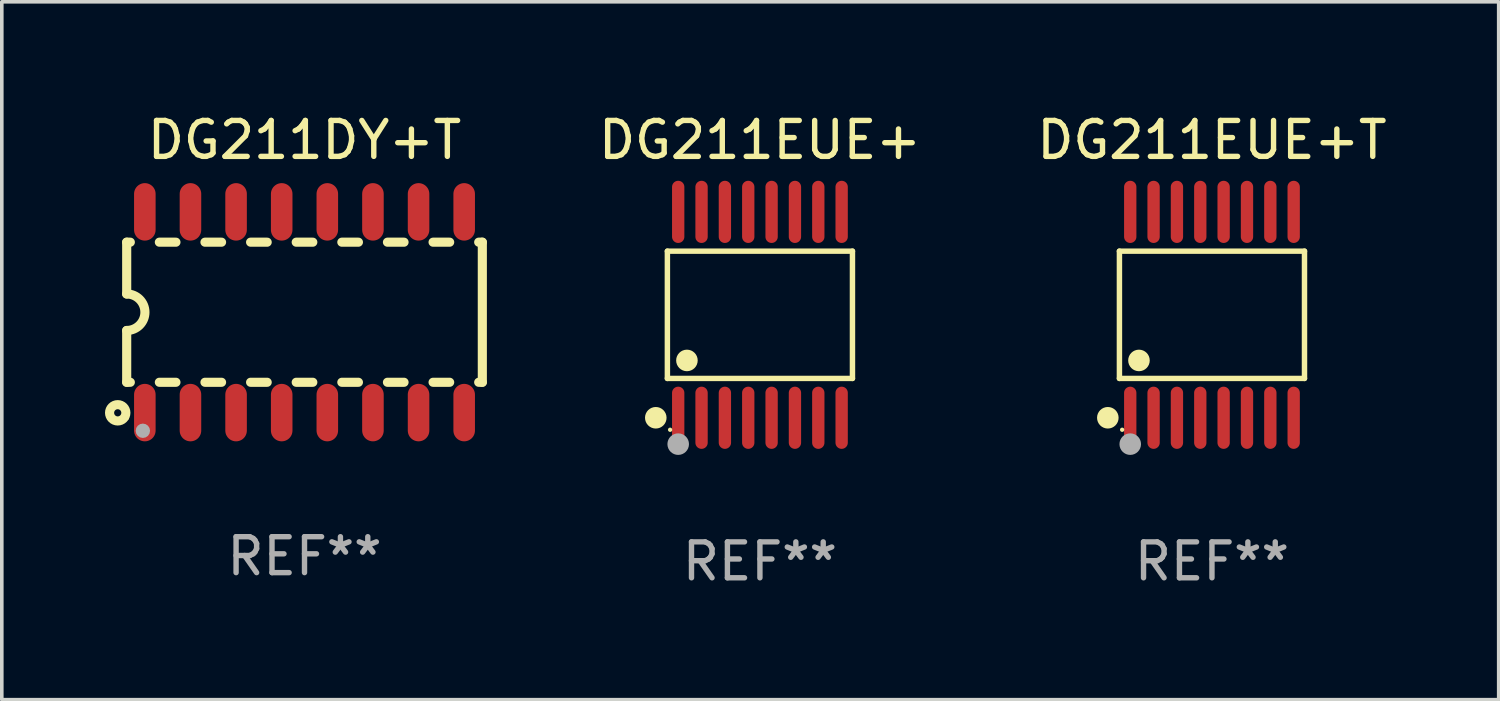
<source format=kicad_pcb>
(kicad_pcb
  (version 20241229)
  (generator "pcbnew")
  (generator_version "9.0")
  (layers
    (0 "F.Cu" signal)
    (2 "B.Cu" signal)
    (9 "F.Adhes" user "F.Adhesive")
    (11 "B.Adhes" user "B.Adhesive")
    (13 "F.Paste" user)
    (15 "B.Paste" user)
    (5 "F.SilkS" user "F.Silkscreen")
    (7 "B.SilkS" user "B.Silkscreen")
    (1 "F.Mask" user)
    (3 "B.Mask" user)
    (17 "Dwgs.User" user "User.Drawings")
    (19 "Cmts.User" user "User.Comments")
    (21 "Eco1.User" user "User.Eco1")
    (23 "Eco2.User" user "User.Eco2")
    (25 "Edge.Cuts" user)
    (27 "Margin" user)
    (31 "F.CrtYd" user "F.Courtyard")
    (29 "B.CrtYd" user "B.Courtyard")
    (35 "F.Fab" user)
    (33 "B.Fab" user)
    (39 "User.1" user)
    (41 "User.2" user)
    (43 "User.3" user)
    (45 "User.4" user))
  (footprint "DG211EUE+T"
    (layer "F.Cu")
    (at 30.689 5.714)
    (property "Reference" "DG211EUE+T" (at 0 -4.866 0) (layer "F.SilkS") (effects (font (size 1 1) (thickness 0.15))))
    (attr through_hole)
    (fp_line (start -2.576 -1.772) (end 2.576 -1.772) (stroke (width 0.152) (type solid)) (layer "F.SilkS"))
    (fp_line (start -2.576 1.771) (end -2.576 -1.772) (stroke (width 0.152) (type solid)) (layer "F.SilkS"))
    (fp_line (start 2.576 -1.772) (end 2.576 1.771) (stroke (width 0.152) (type solid)) (layer "F.SilkS"))
    (fp_line (start 2.576 1.771) (end -2.576 1.771) (stroke (width 0.152) (type solid)) (layer "F.SilkS"))
    (fp_circle (center -2.899 2.866) (end -2.749 2.866) (stroke (width 0.3) (type solid)) (fill no) (layer "F.SilkS"))
    (fp_circle (center -2.5 3.2) (end -2.47 3.2) (stroke (width 0.06) (type solid)) (fill no) (layer "F.SilkS"))
    (fp_circle (center -2.032 1.27) (end -1.882 1.27) (stroke (width 0.3) (type solid)) (fill no) (layer "F.SilkS"))
    (fp_circle (center -2.275 3.6) (end -2.125 3.6) (stroke (width 0.3) (type solid)) (fill no) (layer "F.Fab"))
    (fp_text user "REF**" (at 0 6.866 0) (layer "F.Fab") (effects (font (size 1 1) (thickness 0.15))))
    (pad "1" smd oval (at -2.275 2.866) (size 0.343 1.731) (layers "F.Cu" "F.Mask" "F.Paste"))
    (pad "2" smd oval (at -1.625 2.866) (size 0.343 1.731) (layers "F.Cu" "F.Mask" "F.Paste"))
    (pad "3" smd oval (at -0.975 2.866) (size 0.343 1.731) (layers "F.Cu" "F.Mask" "F.Paste"))
    (pad "4" smd oval (at -0.325 2.866) (size 0.343 1.731) (layers "F.Cu" "F.Mask" "F.Paste"))
    (pad "5" smd oval (at 0.325 2.866) (size 0.343 1.731) (layers "F.Cu" "F.Mask" "F.Paste"))
    (pad "6" smd oval (at 0.975 2.866) (size 0.343 1.731) (layers "F.Cu" "F.Mask" "F.Paste"))
    (pad "7" smd oval (at 1.625 2.866) (size 0.343 1.731) (layers "F.Cu" "F.Mask" "F.Paste"))
    (pad "8" smd oval (at 2.275 2.866) (size 0.343 1.731) (layers "F.Cu" "F.Mask" "F.Paste"))
    (pad "9" smd oval (at 2.275 -2.866) (size 0.343 1.731) (layers "F.Cu" "F.Mask" "F.Paste"))
    (pad "10" smd oval (at 1.625 -2.866) (size 0.343 1.731) (layers "F.Cu" "F.Mask" "F.Paste"))
    (pad "11" smd oval (at 0.975 -2.866) (size 0.343 1.731) (layers "F.Cu" "F.Mask" "F.Paste"))
    (pad "12" smd oval (at 0.325 -2.866) (size 0.343 1.731) (layers "F.Cu" "F.Mask" "F.Paste"))
    (pad "13" smd oval (at -0.325 -2.866) (size 0.343 1.731) (layers "F.Cu" "F.Mask" "F.Paste"))
    (pad "14" smd oval (at -0.975 -2.866) (size 0.343 1.731) (layers "F.Cu" "F.Mask" "F.Paste"))
    (pad "15" smd oval (at -1.625 -2.866) (size 0.343 1.731) (layers "F.Cu" "F.Mask" "F.Paste"))
    (pad "16" smd oval (at -2.275 -2.866) (size 0.343 1.731) (layers "F.Cu" "F.Mask" "F.Paste")))
  (footprint "DG211EUE+"
    (layer "F.Cu")
    (at 18.105 5.714)
    (property "Reference" "DG211EUE+" (at 0 -4.866 0) (layer "F.SilkS") (effects (font (size 1 1) (thickness 0.15))))
    (attr through_hole)
    (fp_line (start -2.576 -1.772) (end 2.576 -1.772) (stroke (width 0.152) (type solid)) (layer "F.SilkS"))
    (fp_line (start -2.576 1.771) (end -2.576 -1.772) (stroke (width 0.152) (type solid)) (layer "F.SilkS"))
    (fp_line (start 2.576 -1.772) (end 2.576 1.771) (stroke (width 0.152) (type solid)) (layer "F.SilkS"))
    (fp_line (start 2.576 1.771) (end -2.576 1.771) (stroke (width 0.152) (type solid)) (layer "F.SilkS"))
    (fp_circle (center -2.899 2.866) (end -2.749 2.866) (stroke (width 0.3) (type solid)) (fill no) (layer "F.SilkS"))
    (fp_circle (center -2.5 3.2) (end -2.47 3.2) (stroke (width 0.06) (type solid)) (fill no) (layer "F.SilkS"))
    (fp_circle (center -2.032 1.27) (end -1.882 1.27) (stroke (width 0.3) (type solid)) (fill no) (layer "F.SilkS"))
    (fp_circle (center -2.275 3.6) (end -2.125 3.6) (stroke (width 0.3) (type solid)) (fill no) (layer "F.Fab"))
    (fp_text user "REF**" (at 0 6.866 0) (layer "F.Fab") (effects (font (size 1 1) (thickness 0.15))))
    (pad "1" smd oval (at -2.275 2.866) (size 0.343 1.731) (layers "F.Cu" "F.Mask" "F.Paste"))
    (pad "2" smd oval (at -1.625 2.866) (size 0.343 1.731) (layers "F.Cu" "F.Mask" "F.Paste"))
    (pad "3" smd oval (at -0.975 2.866) (size 0.343 1.731) (layers "F.Cu" "F.Mask" "F.Paste"))
    (pad "4" smd oval (at -0.325 2.866) (size 0.343 1.731) (layers "F.Cu" "F.Mask" "F.Paste"))
    (pad "5" smd oval (at 0.325 2.866) (size 0.343 1.731) (layers "F.Cu" "F.Mask" "F.Paste"))
    (pad "6" smd oval (at 0.975 2.866) (size 0.343 1.731) (layers "F.Cu" "F.Mask" "F.Paste"))
    (pad "7" smd oval (at 1.625 2.866) (size 0.343 1.731) (layers "F.Cu" "F.Mask" "F.Paste"))
    (pad "8" smd oval (at 2.275 2.866) (size 0.343 1.731) (layers "F.Cu" "F.Mask" "F.Paste"))
    (pad "9" smd oval (at 2.275 -2.866) (size 0.343 1.731) (layers "F.Cu" "F.Mask" "F.Paste"))
    (pad "10" smd oval (at 1.625 -2.866) (size 0.343 1.731) (layers "F.Cu" "F.Mask" "F.Paste"))
    (pad "11" smd oval (at 0.975 -2.866) (size 0.343 1.731) (layers "F.Cu" "F.Mask" "F.Paste"))
    (pad "12" smd oval (at 0.325 -2.866) (size 0.343 1.731) (layers "F.Cu" "F.Mask" "F.Paste"))
    (pad "13" smd oval (at -0.325 -2.866) (size 0.343 1.731) (layers "F.Cu" "F.Mask" "F.Paste"))
    (pad "14" smd oval (at -0.975 -2.866) (size 0.343 1.731) (layers "F.Cu" "F.Mask" "F.Paste"))
    (pad "15" smd oval (at -1.625 -2.866) (size 0.343 1.731) (layers "F.Cu" "F.Mask" "F.Paste"))
    (pad "16" smd oval (at -2.275 -2.866) (size 0.343 1.731) (layers "F.Cu" "F.Mask" "F.Paste")))
  (footprint "DG211DY+T"
    (layer "F.Cu")
    (at 5.427 5.642)
    (property "Reference" "DG211DY+T" (at 0 -4.794 0) (layer "F.SilkS") (effects (font (size 1 1) (thickness 0.15))))
    (attr through_hole)
    (fp_line (start -4.95 -1.95) (end -4.95 -0.508) (stroke (width 0.254) (type solid)) (layer "F.SilkS"))
    (fp_line (start -4.95 -1.95) (end -4.849 -1.95) (stroke (width 0.254) (type solid)) (layer "F.SilkS"))
    (fp_line (start -4.95 1.95) (end -4.95 0.508) (stroke (width 0.254) (type solid)) (layer "F.SilkS"))
    (fp_line (start -4.95 1.95) (end -4.849 1.95) (stroke (width 0.254) (type solid)) (layer "F.SilkS"))
    (fp_line (start -4.041 -1.95) (end -3.579 -1.95) (stroke (width 0.254) (type solid)) (layer "F.SilkS"))
    (fp_line (start -4.041 1.95) (end -3.579 1.95) (stroke (width 0.254) (type solid)) (layer "F.SilkS"))
    (fp_line (start -2.771 -1.95) (end -2.309 -1.95) (stroke (width 0.254) (type solid)) (layer "F.SilkS"))
    (fp_line (start -2.771 1.95) (end -2.309 1.95) (stroke (width 0.254) (type solid)) (layer "F.SilkS"))
    (fp_line (start -1.501 -1.95) (end -1.039 -1.95) (stroke (width 0.254) (type solid)) (layer "F.SilkS"))
    (fp_line (start -1.501 1.95) (end -1.039 1.95) (stroke (width 0.254) (type solid)) (layer "F.SilkS"))
    (fp_line (start -0.231 -1.95) (end 0.231 -1.95) (stroke (width 0.254) (type solid)) (layer "F.SilkS"))
    (fp_line (start -0.231 1.95) (end 0.231 1.95) (stroke (width 0.254) (type solid)) (layer "F.SilkS"))
    (fp_line (start 1.039 -1.95) (end 1.501 -1.95) (stroke (width 0.254) (type solid)) (layer "F.SilkS"))
    (fp_line (start 1.039 1.95) (end 1.501 1.95) (stroke (width 0.254) (type solid)) (layer "F.SilkS"))
    (fp_line (start 2.309 -1.95) (end 2.771 -1.95) (stroke (width 0.254) (type solid)) (layer "F.SilkS"))
    (fp_line (start 2.309 1.95) (end 2.771 1.95) (stroke (width 0.254) (type solid)) (layer "F.SilkS"))
    (fp_line (start 3.579 -1.95) (end 4.041 -1.95) (stroke (width 0.254) (type solid)) (layer "F.SilkS"))
    (fp_line (start 3.579 1.95) (end 4.041 1.95) (stroke (width 0.254) (type solid)) (layer "F.SilkS"))
    (fp_line (start 4.849 -1.95) (end 4.95 -1.95) (stroke (width 0.254) (type solid)) (layer "F.SilkS"))
    (fp_line (start 4.849 1.95) (end 4.95 1.95) (stroke (width 0.254) (type solid)) (layer "F.SilkS"))
    (fp_line (start 4.95 -1.95) (end 4.95 1.95) (stroke (width 0.254) (type solid)) (layer "F.SilkS"))
    (fp_arc (start -4.95047 -0.508001) (mid -4.442469 -0.000228) (end -4.950013 0.508001) (stroke (width 0.254001) (type solid)) (layer "F.SilkS"))
    (fp_circle (center -5.2 2.8) (end -5.1 2.8) (stroke (width 0.254) (type solid)) (fill no) (layer "F.SilkS"))
    (fp_circle (center -4.95 2.947) (end -4.92 2.947) (stroke (width 0.06) (type solid)) (fill no) (layer "F.SilkS"))
    (fp_circle (center -4.5 3.3) (end -4.4 3.3) (stroke (width 0.2) (type solid)) (fill no) (layer "F.Fab"))
    (fp_text user "REF**" (at 0 6.794 0) (layer "F.Fab") (effects (font (size 1 1) (thickness 0.15))))
    (pad "1" smd oval (at -4.445 2.794) (size 0.6 1.6) (layers "F.Cu" "F.Mask" "F.Paste"))
    (pad "2" smd oval (at -3.175 2.794) (size 0.6 1.6) (layers "F.Cu" "F.Mask" "F.Paste"))
    (pad "3" smd oval (at -1.905 2.794) (size 0.6 1.6) (layers "F.Cu" "F.Mask" "F.Paste"))
    (pad "4" smd oval (at -0.635 2.794) (size 0.6 1.6) (layers "F.Cu" "F.Mask" "F.Paste"))
    (pad "5" smd oval (at 0.635 2.794) (size 0.6 1.6) (layers "F.Cu" "F.Mask" "F.Paste"))
    (pad "6" smd oval (at 1.905 2.794) (size 0.6 1.6) (layers "F.Cu" "F.Mask" "F.Paste"))
    (pad "7" smd oval (at 3.175 2.794) (size 0.6 1.6) (layers "F.Cu" "F.Mask" "F.Paste"))
    (pad "8" smd oval (at 4.445 2.794) (size 0.6 1.6) (layers "F.Cu" "F.Mask" "F.Paste"))
    (pad "9" smd oval (at 4.445 -2.794) (size 0.6 1.6) (layers "F.Cu" "F.Mask" "F.Paste"))
    (pad "10" smd oval (at 3.175 -2.794) (size 0.6 1.6) (layers "F.Cu" "F.Mask" "F.Paste"))
    (pad "11" smd oval (at 1.905 -2.794) (size 0.6 1.6) (layers "F.Cu" "F.Mask" "F.Paste"))
    (pad "12" smd oval (at 0.635 -2.794) (size 0.6 1.6) (layers "F.Cu" "F.Mask" "F.Paste"))
    (pad "13" smd oval (at -0.635 -2.794) (size 0.6 1.6) (layers "F.Cu" "F.Mask" "F.Paste"))
    (pad "14" smd oval (at -1.905 -2.794) (size 0.6 1.6) (layers "F.Cu" "F.Mask" "F.Paste"))
    (pad "15" smd oval (at -3.175 -2.794) (size 0.6 1.6) (layers "F.Cu" "F.Mask" "F.Paste"))
    (pad "16" smd oval (at -4.445 -2.794) (size 0.6 1.6) (layers "F.Cu" "F.Mask" "F.Paste")))
  (gr_rect
    (start -3 -3)
    (end 38.671 16.428)
    (stroke (width 0.1) (type default))
    (fill no)
    (layer "Edge.Cuts")))
</source>
